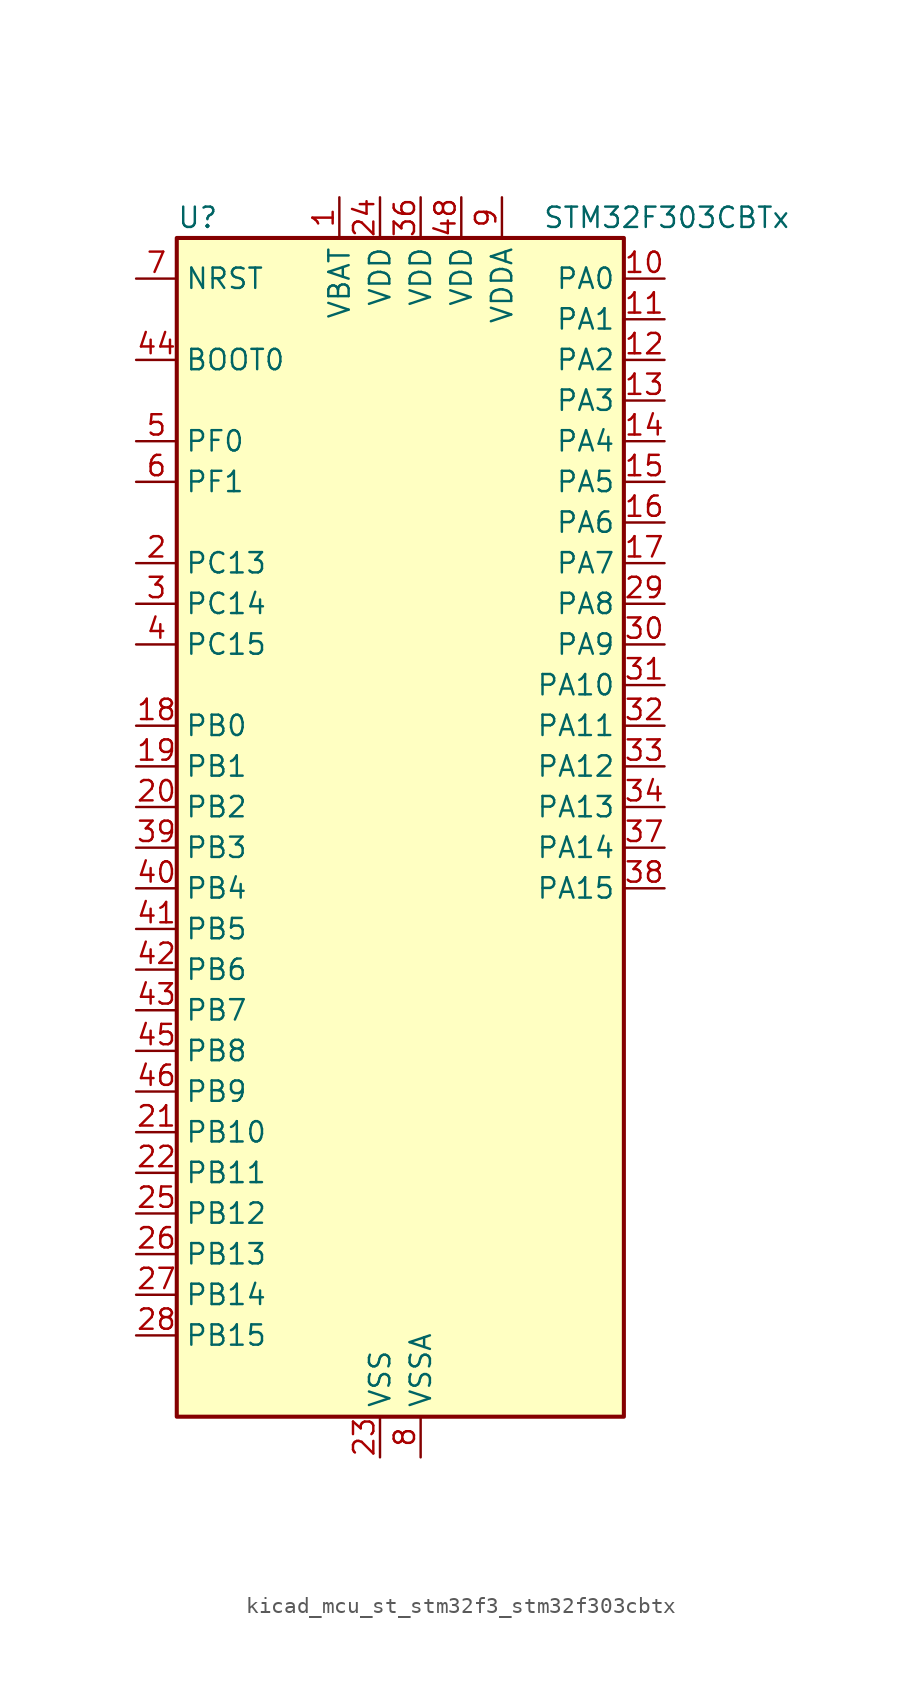
<source format=kicad_sym>
(kicad_symbol_lib
  (version 20220914)
  (generator kicad_symbol_editor)
  (symbol "kicad_mcu_st_stm32f3_stm32f303cbtx"
    (property "Reference" "U"
      (at -12.7 39.37 0)
      (effects (font (size 1.27 1.27)) (justify left)))
    (property "Value" "STM32F303CBTx"
      (at 10.16 39.37 0)
      (effects (font (size 1.27 1.27)) (justify left)))
    (property "ki_locked" ""
      (at 0 0 0)
      (effects (font (size 1.27 1.27))))
    (symbol "kicad_mcu_st_stm32f3_stm32f303cbtx_0_1"
      (rectangle (start -12.7 -35.56) (end 15.24 38.1) (stroke (width 0.254) (type default)) (fill (type background))))
    (symbol "kicad_mcu_st_stm32f3_stm32f303cbtx_1_1"
      (pin power_in line (at -2.54 40.64 270) (length 2.54) (name "VBAT" (effects (font (size 1.27 1.27)))) (number "1" (effects (font (size 1.27 1.27)))))
      (pin bidirectional line (at 17.78 35.56 180) (length 2.54) (name "PA0" (effects (font (size 1.27 1.27)))) (number "10" (effects (font (size 1.27 1.27)))) (alternate "ADC1_IN1" bidirectional line) (alternate "COMP1_INM" bidirectional line) (alternate "COMP1_OUT" bidirectional line) (alternate "COMP7_INP" bidirectional line) (alternate "RTC_TAMP2" bidirectional line) (alternate "SYS_WKUP1" bidirectional line) (alternate "TIM2_CH1" bidirectional line) (alternate "TIM2_ETR" bidirectional line) (alternate "TIM8_BKIN" bidirectional line) (alternate "TIM8_ETR" bidirectional line) (alternate "TSC_G1_IO1" bidirectional line) (alternate "USART2_CTS" bidirectional line))
      (pin bidirectional line (at 17.78 33.02 180) (length 2.54) (name "PA1" (effects (font (size 1.27 1.27)))) (number "11" (effects (font (size 1.27 1.27)))) (alternate "ADC1_IN2" bidirectional line) (alternate "COMP1_INP" bidirectional line) (alternate "OPAMP1_VINP" bidirectional line) (alternate "OPAMP1_VINP_SEC" bidirectional line) (alternate "OPAMP3_VINP" bidirectional line) (alternate "OPAMP3_VINP_SEC" bidirectional line) (alternate "RTC_REFIN" bidirectional line) (alternate "TIM15_CH1N" bidirectional line) (alternate "TIM2_CH2" bidirectional line) (alternate "TSC_G1_IO2" bidirectional line) (alternate "USART2_DE" bidirectional line) (alternate "USART2_RTS" bidirectional line))
      (pin bidirectional line (at 17.78 30.48 180) (length 2.54) (name "PA2" (effects (font (size 1.27 1.27)))) (number "12" (effects (font (size 1.27 1.27)))) (alternate "ADC1_IN3" bidirectional line) (alternate "ADC3_EXTI2" bidirectional line) (alternate "ADC4_EXTI2" bidirectional line) (alternate "COMP2_INM" bidirectional line) (alternate "COMP2_OUT" bidirectional line) (alternate "OPAMP1_VOUT" bidirectional line) (alternate "TIM15_CH1" bidirectional line) (alternate "TIM2_CH3" bidirectional line) (alternate "TSC_G1_IO3" bidirectional line) (alternate "USART2_TX" bidirectional line))
      (pin bidirectional line (at 17.78 27.94 180) (length 2.54) (name "PA3" (effects (font (size 1.27 1.27)))) (number "13" (effects (font (size 1.27 1.27)))) (alternate "ADC1_IN4" bidirectional line) (alternate "COMP2_INP" bidirectional line) (alternate "OPAMP1_VINM" bidirectional line) (alternate "OPAMP1_VINM_SEC" bidirectional line) (alternate "OPAMP1_VINP" bidirectional line) (alternate "OPAMP1_VINP_SEC" bidirectional line) (alternate "TIM15_CH2" bidirectional line) (alternate "TIM2_CH4" bidirectional line) (alternate "TSC_G1_IO4" bidirectional line) (alternate "USART2_RX" bidirectional line))
      (pin bidirectional line (at 17.78 25.4 180) (length 2.54) (name "PA4" (effects (font (size 1.27 1.27)))) (number "14" (effects (font (size 1.27 1.27)))) (alternate "ADC2_IN1" bidirectional line) (alternate "COMP1_INM" bidirectional line) (alternate "COMP2_INM" bidirectional line) (alternate "COMP3_INM" bidirectional line) (alternate "COMP4_INM" bidirectional line) (alternate "COMP5_INM" bidirectional line) (alternate "COMP6_INM" bidirectional line) (alternate "COMP7_INM" bidirectional line) (alternate "DAC_OUT1" bidirectional line) (alternate "I2S3_WS" bidirectional line) (alternate "OPAMP4_VINP" bidirectional line) (alternate "OPAMP4_VINP_SEC" bidirectional line) (alternate "SPI1_NSS" bidirectional line) (alternate "SPI3_NSS" bidirectional line) (alternate "TIM3_CH2" bidirectional line) (alternate "TSC_G2_IO1" bidirectional line) (alternate "USART2_CK" bidirectional line))
      (pin bidirectional line (at 17.78 22.86 180) (length 2.54) (name "PA5" (effects (font (size 1.27 1.27)))) (number "15" (effects (font (size 1.27 1.27)))) (alternate "ADC2_IN2" bidirectional line) (alternate "COMP1_INM" bidirectional line) (alternate "COMP2_INM" bidirectional line) (alternate "COMP3_INM" bidirectional line) (alternate "COMP4_INM" bidirectional line) (alternate "COMP5_INM" bidirectional line) (alternate "COMP6_INM" bidirectional line) (alternate "COMP7_INM" bidirectional line) (alternate "DAC_OUT2" bidirectional line) (alternate "OPAMP1_VINP" bidirectional line) (alternate "OPAMP1_VINP_SEC" bidirectional line) (alternate "OPAMP2_VINM" bidirectional line) (alternate "OPAMP2_VINM_SEC" bidirectional line) (alternate "OPAMP3_VINP" bidirectional line) (alternate "OPAMP3_VINP_SEC" bidirectional line) (alternate "SPI1_SCK" bidirectional line) (alternate "TIM2_CH1" bidirectional line) (alternate "TIM2_ETR" bidirectional line) (alternate "TSC_G2_IO2" bidirectional line))
      (pin bidirectional line (at 17.78 20.32 180) (length 2.54) (name "PA6" (effects (font (size 1.27 1.27)))) (number "16" (effects (font (size 1.27 1.27)))) (alternate "ADC2_IN3" bidirectional line) (alternate "COMP1_OUT" bidirectional line) (alternate "OPAMP2_VOUT" bidirectional line) (alternate "SPI1_MISO" bidirectional line) (alternate "TIM16_CH1" bidirectional line) (alternate "TIM1_BKIN" bidirectional line) (alternate "TIM3_CH1" bidirectional line) (alternate "TIM8_BKIN" bidirectional line) (alternate "TSC_G2_IO3" bidirectional line))
      (pin bidirectional line (at 17.78 17.78 180) (length 2.54) (name "PA7" (effects (font (size 1.27 1.27)))) (number "17" (effects (font (size 1.27 1.27)))) (alternate "ADC2_IN4" bidirectional line) (alternate "COMP2_INP" bidirectional line) (alternate "COMP2_OUT" bidirectional line) (alternate "OPAMP1_VINP" bidirectional line) (alternate "OPAMP1_VINP_SEC" bidirectional line) (alternate "OPAMP2_VINP" bidirectional line) (alternate "OPAMP2_VINP_SEC" bidirectional line) (alternate "SPI1_MOSI" bidirectional line) (alternate "TIM17_CH1" bidirectional line) (alternate "TIM1_CH1N" bidirectional line) (alternate "TIM3_CH2" bidirectional line) (alternate "TIM8_CH1N" bidirectional line) (alternate "TSC_G2_IO4" bidirectional line))
      (pin bidirectional line (at -15.24 7.62 0) (length 2.54) (name "PB0" (effects (font (size 1.27 1.27)))) (number "18" (effects (font (size 1.27 1.27)))) (alternate "ADC3_IN12" bidirectional line) (alternate "COMP4_INP" bidirectional line) (alternate "OPAMP2_VINP" bidirectional line) (alternate "OPAMP2_VINP_SEC" bidirectional line) (alternate "OPAMP3_VINP" bidirectional line) (alternate "OPAMP3_VINP_SEC" bidirectional line) (alternate "TIM1_CH2N" bidirectional line) (alternate "TIM3_CH3" bidirectional line) (alternate "TIM8_CH2N" bidirectional line) (alternate "TSC_G3_IO2" bidirectional line))
      (pin bidirectional line (at -15.24 5.08 0) (length 2.54) (name "PB1" (effects (font (size 1.27 1.27)))) (number "19" (effects (font (size 1.27 1.27)))) (alternate "ADC3_IN1" bidirectional line) (alternate "COMP4_OUT" bidirectional line) (alternate "OPAMP3_VOUT" bidirectional line) (alternate "TIM1_CH3N" bidirectional line) (alternate "TIM3_CH4" bidirectional line) (alternate "TIM8_CH3N" bidirectional line) (alternate "TSC_G3_IO3" bidirectional line))
      (pin bidirectional line (at -15.24 17.78 0) (length 2.54) (name "PC13" (effects (font (size 1.27 1.27)))) (number "2" (effects (font (size 1.27 1.27)))) (alternate "RTC_OUT_ALARM" bidirectional line) (alternate "RTC_OUT_CALIB" bidirectional line) (alternate "RTC_TAMP1" bidirectional line) (alternate "RTC_TS" bidirectional line) (alternate "SYS_WKUP2" bidirectional line) (alternate "TIM1_CH1N" bidirectional line))
      (pin bidirectional line (at -15.24 2.54 0) (length 2.54) (name "PB2" (effects (font (size 1.27 1.27)))) (number "20" (effects (font (size 1.27 1.27)))) (alternate "ADC2_IN12" bidirectional line) (alternate "ADC3_EXTI2" bidirectional line) (alternate "ADC4_EXTI2" bidirectional line) (alternate "COMP4_INM" bidirectional line) (alternate "OPAMP3_VINM" bidirectional line) (alternate "OPAMP3_VINM_SEC" bidirectional line) (alternate "TSC_G3_IO4" bidirectional line))
      (pin bidirectional line (at -15.24 -17.78 0) (length 2.54) (name "PB10" (effects (font (size 1.27 1.27)))) (number "21" (effects (font (size 1.27 1.27)))) (alternate "COMP5_INM" bidirectional line) (alternate "OPAMP3_VINM" bidirectional line) (alternate "OPAMP3_VINM_SEC" bidirectional line) (alternate "OPAMP4_VINM" bidirectional line) (alternate "OPAMP4_VINM_SEC" bidirectional line) (alternate "TIM2_CH3" bidirectional line) (alternate "TSC_SYNC" bidirectional line) (alternate "USART3_TX" bidirectional line))
      (pin bidirectional line (at -15.24 -20.32 0) (length 2.54) (name "PB11" (effects (font (size 1.27 1.27)))) (number "22" (effects (font (size 1.27 1.27)))) (alternate "ADC1_EXTI11" bidirectional line) (alternate "ADC2_EXTI11" bidirectional line) (alternate "COMP6_INP" bidirectional line) (alternate "OPAMP4_VINP" bidirectional line) (alternate "OPAMP4_VINP_SEC" bidirectional line) (alternate "TIM2_CH4" bidirectional line) (alternate "TSC_G6_IO1" bidirectional line) (alternate "USART3_RX" bidirectional line))
      (pin power_in line (at 0 -38.1 90) (length 2.54) (name "VSS" (effects (font (size 1.27 1.27)))) (number "23" (effects (font (size 1.27 1.27)))))
      (pin power_in line (at 0 40.64 270) (length 2.54) (name "VDD" (effects (font (size 1.27 1.27)))) (number "24" (effects (font (size 1.27 1.27)))))
      (pin bidirectional line (at -15.24 -22.86 0) (length 2.54) (name "PB12" (effects (font (size 1.27 1.27)))) (number "25" (effects (font (size 1.27 1.27)))) (alternate "ADC4_IN3" bidirectional line) (alternate "COMP3_INM" bidirectional line) (alternate "I2C2_SMBA" bidirectional line) (alternate "I2S2_WS" bidirectional line) (alternate "OPAMP4_VOUT" bidirectional line) (alternate "SPI2_NSS" bidirectional line) (alternate "TIM1_BKIN" bidirectional line) (alternate "TSC_G6_IO2" bidirectional line) (alternate "USART3_CK" bidirectional line))
      (pin bidirectional line (at -15.24 -25.4 0) (length 2.54) (name "PB13" (effects (font (size 1.27 1.27)))) (number "26" (effects (font (size 1.27 1.27)))) (alternate "ADC3_IN5" bidirectional line) (alternate "COMP5_INP" bidirectional line) (alternate "I2S2_CK" bidirectional line) (alternate "OPAMP3_VINP" bidirectional line) (alternate "OPAMP3_VINP_SEC" bidirectional line) (alternate "OPAMP4_VINP" bidirectional line) (alternate "OPAMP4_VINP_SEC" bidirectional line) (alternate "SPI2_SCK" bidirectional line) (alternate "TIM1_CH1N" bidirectional line) (alternate "TSC_G6_IO3" bidirectional line) (alternate "USART3_CTS" bidirectional line))
      (pin bidirectional line (at -15.24 -27.94 0) (length 2.54) (name "PB14" (effects (font (size 1.27 1.27)))) (number "27" (effects (font (size 1.27 1.27)))) (alternate "ADC4_IN4" bidirectional line) (alternate "COMP3_INP" bidirectional line) (alternate "I2S2_ext_SD" bidirectional line) (alternate "OPAMP2_VINP" bidirectional line) (alternate "OPAMP2_VINP_SEC" bidirectional line) (alternate "SPI2_MISO" bidirectional line) (alternate "TIM15_CH1" bidirectional line) (alternate "TIM1_CH2N" bidirectional line) (alternate "TSC_G6_IO4" bidirectional line) (alternate "USART3_DE" bidirectional line) (alternate "USART3_RTS" bidirectional line))
      (pin bidirectional line (at -15.24 -30.48 0) (length 2.54) (name "PB15" (effects (font (size 1.27 1.27)))) (number "28" (effects (font (size 1.27 1.27)))) (alternate "ADC1_EXTI15" bidirectional line) (alternate "ADC2_EXTI15" bidirectional line) (alternate "ADC4_IN5" bidirectional line) (alternate "COMP6_INM" bidirectional line) (alternate "I2S2_SD" bidirectional line) (alternate "RTC_REFIN" bidirectional line) (alternate "SPI2_MOSI" bidirectional line) (alternate "TIM15_CH1N" bidirectional line) (alternate "TIM15_CH2" bidirectional line) (alternate "TIM1_CH3N" bidirectional line))
      (pin bidirectional line (at 17.78 15.24 180) (length 2.54) (name "PA8" (effects (font (size 1.27 1.27)))) (number "29" (effects (font (size 1.27 1.27)))) (alternate "COMP3_OUT" bidirectional line) (alternate "I2C2_SMBA" bidirectional line) (alternate "I2S2_MCK" bidirectional line) (alternate "RCC_MCO" bidirectional line) (alternate "TIM1_CH1" bidirectional line) (alternate "TIM4_ETR" bidirectional line) (alternate "USART1_CK" bidirectional line))
      (pin bidirectional line (at -15.24 15.24 0) (length 2.54) (name "PC14" (effects (font (size 1.27 1.27)))) (number "3" (effects (font (size 1.27 1.27)))) (alternate "RCC_OSC32_IN" bidirectional line))
      (pin bidirectional line (at 17.78 12.7 180) (length 2.54) (name "PA9" (effects (font (size 1.27 1.27)))) (number "30" (effects (font (size 1.27 1.27)))) (alternate "COMP5_OUT" bidirectional line) (alternate "DAC_EXTI9" bidirectional line) (alternate "I2C2_SCL" bidirectional line) (alternate "I2S3_MCK" bidirectional line) (alternate "TIM15_BKIN" bidirectional line) (alternate "TIM1_CH2" bidirectional line) (alternate "TIM2_CH3" bidirectional line) (alternate "TSC_G4_IO1" bidirectional line) (alternate "USART1_TX" bidirectional line))
      (pin bidirectional line (at 17.78 10.16 180) (length 2.54) (name "PA10" (effects (font (size 1.27 1.27)))) (number "31" (effects (font (size 1.27 1.27)))) (alternate "COMP6_OUT" bidirectional line) (alternate "I2C2_SDA" bidirectional line) (alternate "TIM17_BKIN" bidirectional line) (alternate "TIM1_CH3" bidirectional line) (alternate "TIM2_CH4" bidirectional line) (alternate "TIM8_BKIN" bidirectional line) (alternate "TSC_G4_IO2" bidirectional line) (alternate "USART1_RX" bidirectional line))
      (pin bidirectional line (at 17.78 7.62 180) (length 2.54) (name "PA11" (effects (font (size 1.27 1.27)))) (number "32" (effects (font (size 1.27 1.27)))) (alternate "ADC1_EXTI11" bidirectional line) (alternate "ADC2_EXTI11" bidirectional line) (alternate "CAN_RX" bidirectional line) (alternate "COMP1_OUT" bidirectional line) (alternate "TIM1_BKIN2" bidirectional line) (alternate "TIM1_CH1N" bidirectional line) (alternate "TIM1_CH4" bidirectional line) (alternate "TIM4_CH1" bidirectional line) (alternate "USART1_CTS" bidirectional line) (alternate "USB_DM" bidirectional line))
      (pin bidirectional line (at 17.78 5.08 180) (length 2.54) (name "PA12" (effects (font (size 1.27 1.27)))) (number "33" (effects (font (size 1.27 1.27)))) (alternate "CAN_TX" bidirectional line) (alternate "COMP2_OUT" bidirectional line) (alternate "TIM16_CH1" bidirectional line) (alternate "TIM1_CH2N" bidirectional line) (alternate "TIM1_ETR" bidirectional line) (alternate "TIM4_CH2" bidirectional line) (alternate "USART1_DE" bidirectional line) (alternate "USART1_RTS" bidirectional line) (alternate "USB_DP" bidirectional line))
      (pin bidirectional line (at 17.78 2.54 180) (length 2.54) (name "PA13" (effects (font (size 1.27 1.27)))) (number "34" (effects (font (size 1.27 1.27)))) (alternate "IR_OUT" bidirectional line) (alternate "SYS_JTMS-SWDIO" bidirectional line) (alternate "TIM16_CH1N" bidirectional line) (alternate "TIM4_CH3" bidirectional line) (alternate "TSC_G4_IO3" bidirectional line) (alternate "USART3_CTS" bidirectional line))
      (pin passive line (at 0 -38.1 90) (length 2.54) hide (name "VSS" (effects (font (size 1.27 1.27)))) (number "35" (effects (font (size 1.27 1.27)))))
      (pin power_in line (at 2.54 40.64 270) (length 2.54) (name "VDD" (effects (font (size 1.27 1.27)))) (number "36" (effects (font (size 1.27 1.27)))))
      (pin bidirectional line (at 17.78 0 180) (length 2.54) (name "PA14" (effects (font (size 1.27 1.27)))) (number "37" (effects (font (size 1.27 1.27)))) (alternate "I2C1_SDA" bidirectional line) (alternate "SYS_JTCK-SWCLK" bidirectional line) (alternate "TIM1_BKIN" bidirectional line) (alternate "TIM8_CH2" bidirectional line) (alternate "TSC_G4_IO4" bidirectional line) (alternate "USART2_TX" bidirectional line))
      (pin bidirectional line (at 17.78 -2.54 180) (length 2.54) (name "PA15" (effects (font (size 1.27 1.27)))) (number "38" (effects (font (size 1.27 1.27)))) (alternate "ADC1_EXTI15" bidirectional line) (alternate "ADC2_EXTI15" bidirectional line) (alternate "I2C1_SCL" bidirectional line) (alternate "I2S3_WS" bidirectional line) (alternate "SPI1_NSS" bidirectional line) (alternate "SPI3_NSS" bidirectional line) (alternate "SYS_JTDI" bidirectional line) (alternate "TIM1_BKIN" bidirectional line) (alternate "TIM2_CH1" bidirectional line) (alternate "TIM2_ETR" bidirectional line) (alternate "TIM8_CH1" bidirectional line) (alternate "USART2_RX" bidirectional line))
      (pin bidirectional line (at -15.24 0 0) (length 2.54) (name "PB3" (effects (font (size 1.27 1.27)))) (number "39" (effects (font (size 1.27 1.27)))) (alternate "I2S3_CK" bidirectional line) (alternate "SPI1_SCK" bidirectional line) (alternate "SPI3_SCK" bidirectional line) (alternate "SYS_JTDO-TRACESWO" bidirectional line) (alternate "TIM2_CH2" bidirectional line) (alternate "TIM3_ETR" bidirectional line) (alternate "TIM4_ETR" bidirectional line) (alternate "TIM8_CH1N" bidirectional line) (alternate "TSC_G5_IO1" bidirectional line) (alternate "USART2_TX" bidirectional line))
      (pin bidirectional line (at -15.24 12.7 0) (length 2.54) (name "PC15" (effects (font (size 1.27 1.27)))) (number "4" (effects (font (size 1.27 1.27)))) (alternate "ADC1_EXTI15" bidirectional line) (alternate "ADC2_EXTI15" bidirectional line) (alternate "RCC_OSC32_OUT" bidirectional line))
      (pin bidirectional line (at -15.24 -2.54 0) (length 2.54) (name "PB4" (effects (font (size 1.27 1.27)))) (number "40" (effects (font (size 1.27 1.27)))) (alternate "I2S3_ext_SD" bidirectional line) (alternate "SPI1_MISO" bidirectional line) (alternate "SPI3_MISO" bidirectional line) (alternate "SYS_NJTRST" bidirectional line) (alternate "TIM16_CH1" bidirectional line) (alternate "TIM17_BKIN" bidirectional line) (alternate "TIM3_CH1" bidirectional line) (alternate "TIM8_CH2N" bidirectional line) (alternate "TSC_G5_IO2" bidirectional line) (alternate "USART2_RX" bidirectional line))
      (pin bidirectional line (at -15.24 -5.08 0) (length 2.54) (name "PB5" (effects (font (size 1.27 1.27)))) (number "41" (effects (font (size 1.27 1.27)))) (alternate "I2C1_SMBA" bidirectional line) (alternate "I2S3_SD" bidirectional line) (alternate "SPI1_MOSI" bidirectional line) (alternate "SPI3_MOSI" bidirectional line) (alternate "TIM16_BKIN" bidirectional line) (alternate "TIM17_CH1" bidirectional line) (alternate "TIM3_CH2" bidirectional line) (alternate "TIM8_CH3N" bidirectional line) (alternate "USART2_CK" bidirectional line))
      (pin bidirectional line (at -15.24 -7.62 0) (length 2.54) (name "PB6" (effects (font (size 1.27 1.27)))) (number "42" (effects (font (size 1.27 1.27)))) (alternate "I2C1_SCL" bidirectional line) (alternate "TIM16_CH1N" bidirectional line) (alternate "TIM4_CH1" bidirectional line) (alternate "TIM8_BKIN2" bidirectional line) (alternate "TIM8_CH1" bidirectional line) (alternate "TIM8_ETR" bidirectional line) (alternate "TSC_G5_IO3" bidirectional line) (alternate "USART1_TX" bidirectional line))
      (pin bidirectional line (at -15.24 -10.16 0) (length 2.54) (name "PB7" (effects (font (size 1.27 1.27)))) (number "43" (effects (font (size 1.27 1.27)))) (alternate "I2C1_SDA" bidirectional line) (alternate "TIM17_CH1N" bidirectional line) (alternate "TIM3_CH4" bidirectional line) (alternate "TIM4_CH2" bidirectional line) (alternate "TIM8_BKIN" bidirectional line) (alternate "TSC_G5_IO4" bidirectional line) (alternate "USART1_RX" bidirectional line))
      (pin input line (at -15.24 30.48 0) (length 2.54) (name "BOOT0" (effects (font (size 1.27 1.27)))) (number "44" (effects (font (size 1.27 1.27)))))
      (pin bidirectional line (at -15.24 -12.7 0) (length 2.54) (name "PB8" (effects (font (size 1.27 1.27)))) (number "45" (effects (font (size 1.27 1.27)))) (alternate "CAN_RX" bidirectional line) (alternate "COMP1_OUT" bidirectional line) (alternate "I2C1_SCL" bidirectional line) (alternate "TIM16_CH1" bidirectional line) (alternate "TIM1_BKIN" bidirectional line) (alternate "TIM4_CH3" bidirectional line) (alternate "TIM8_CH2" bidirectional line) (alternate "TSC_SYNC" bidirectional line))
      (pin bidirectional line (at -15.24 -15.24 0) (length 2.54) (name "PB9" (effects (font (size 1.27 1.27)))) (number "46" (effects (font (size 1.27 1.27)))) (alternate "CAN_TX" bidirectional line) (alternate "COMP2_OUT" bidirectional line) (alternate "DAC_EXTI9" bidirectional line) (alternate "I2C1_SDA" bidirectional line) (alternate "IR_OUT" bidirectional line) (alternate "TIM17_CH1" bidirectional line) (alternate "TIM4_CH4" bidirectional line) (alternate "TIM8_CH3" bidirectional line))
      (pin passive line (at 0 -38.1 90) (length 2.54) hide (name "VSS" (effects (font (size 1.27 1.27)))) (number "47" (effects (font (size 1.27 1.27)))))
      (pin power_in line (at 5.08 40.64 270) (length 2.54) (name "VDD" (effects (font (size 1.27 1.27)))) (number "48" (effects (font (size 1.27 1.27)))))
      (pin bidirectional line (at -15.24 25.4 0) (length 2.54) (name "PF0" (effects (font (size 1.27 1.27)))) (number "5" (effects (font (size 1.27 1.27)))) (alternate "I2C2_SDA" bidirectional line) (alternate "RCC_OSC_IN" bidirectional line) (alternate "TIM1_CH3N" bidirectional line))
      (pin bidirectional line (at -15.24 22.86 0) (length 2.54) (name "PF1" (effects (font (size 1.27 1.27)))) (number "6" (effects (font (size 1.27 1.27)))) (alternate "I2C2_SCL" bidirectional line) (alternate "RCC_OSC_OUT" bidirectional line))
      (pin input line (at -15.24 35.56 0) (length 2.54) (name "NRST" (effects (font (size 1.27 1.27)))) (number "7" (effects (font (size 1.27 1.27)))))
      (pin power_in line (at 2.54 -38.1 90) (length 2.54) (name "VSSA" (effects (font (size 1.27 1.27)))) (number "8" (effects (font (size 1.27 1.27)))))
      (pin power_in line (at 7.62 40.64 270) (length 2.54) (name "VDDA" (effects (font (size 1.27 1.27)))) (number "9" (effects (font (size 1.27 1.27))))))))
</source>
